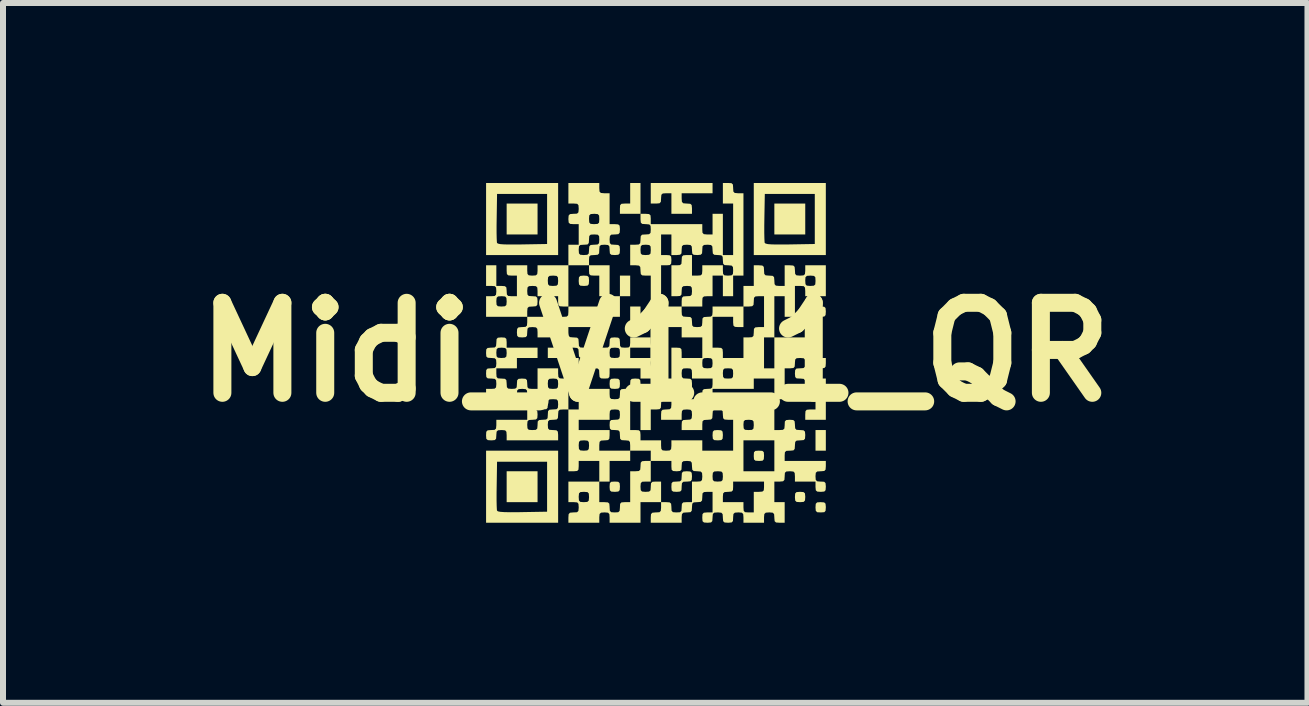
<source format=kicad_pcb>
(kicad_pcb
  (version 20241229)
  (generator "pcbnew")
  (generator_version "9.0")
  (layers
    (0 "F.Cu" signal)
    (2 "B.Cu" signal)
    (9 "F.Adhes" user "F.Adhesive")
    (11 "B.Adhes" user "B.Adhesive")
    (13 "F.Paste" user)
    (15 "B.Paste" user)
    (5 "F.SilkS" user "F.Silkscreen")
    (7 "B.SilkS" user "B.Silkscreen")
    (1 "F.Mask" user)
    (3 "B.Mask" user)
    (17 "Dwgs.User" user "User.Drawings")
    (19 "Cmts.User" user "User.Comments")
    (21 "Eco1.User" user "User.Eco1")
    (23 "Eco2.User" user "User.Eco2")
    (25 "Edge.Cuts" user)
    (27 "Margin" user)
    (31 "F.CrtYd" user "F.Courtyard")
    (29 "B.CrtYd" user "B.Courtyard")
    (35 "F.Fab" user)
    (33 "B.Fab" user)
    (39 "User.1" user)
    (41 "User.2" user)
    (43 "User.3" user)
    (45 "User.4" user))
  (footprint "Midi_V1_1_QR"
    (layer "F.Cu")
    (at 7.871 2.819)
    (property "Reference" "Midi_V1_1_QR" (at 0 0 0) (layer "F.SilkS") (effects (font (size 1.5 1.5) (thickness 0.3))))
    (attr board_only exclude_from_pos_files exclude_from_bom)
    (fp_poly (pts (xy -1.961 -2.219) (xy -1.961 -1.961) (xy -2.219 -1.961) (xy -2.476 -1.961) (xy -2.476 -2.219) (xy -2.476 -2.476) (xy -2.219 -2.476) (xy -1.961 -2.476)) (stroke (width 0) (type solid)) (fill yes) (layer "F.SilkS"))
    (fp_poly (pts (xy -1.961 2.243) (xy -1.961 2.501) (xy -2.219 2.501) (xy -2.476 2.501) (xy -2.476 2.243) (xy -2.476 1.986) (xy -2.219 1.986) (xy -1.961 1.986)) (stroke (width 0) (type solid)) (fill yes) (layer "F.SilkS"))
    (fp_poly (pts (xy -0.245 -0.588) (xy -0.245 -0.417) (xy -0.331 -0.417) (xy -0.417 -0.417) (xy -0.417 -0.588) (xy -0.417 -0.76) (xy -0.331 -0.76) (xy -0.245 -0.76)) (stroke (width 0) (type solid)) (fill yes) (layer "F.SilkS"))
    (fp_poly (pts (xy 2.501 -2.219) (xy 2.501 -1.961) (xy 2.243 -1.961) (xy 1.986 -1.961) (xy 1.986 -2.219) (xy 1.986 -2.476) (xy 2.243 -2.476) (xy 2.501 -2.476)) (stroke (width 0) (type solid)) (fill yes) (layer "F.SilkS"))
    (fp_poly (pts (xy 2.844 1.471) (xy 2.844 1.643) (xy 2.758 1.643) (xy 2.672 1.643) (xy 2.672 1.471) (xy 2.672 1.299) (xy 2.758 1.299) (xy 2.844 1.299)) (stroke (width 0) (type solid)) (fill yes) (layer "F.SilkS"))
    (fp_poly (pts (xy -0.245 -2.562) (xy -0.245 -2.305) (xy -0.417 -2.305) (xy -0.588 -2.305) (xy -0.588 -2.39) (xy -0.585 -2.448) (xy -0.563 -2.472) (xy -0.509 -2.476) (xy -0.503 -2.476) (xy -0.417 -2.476) (xy -0.417 -2.648) (xy -0.417 -2.819) (xy -0.331 -2.819) (xy -0.245 -2.819)) (stroke (width 0) (type solid)) (fill yes) (layer "F.SilkS"))
    (fp_poly (pts (xy -1.646 -0.756) (xy -1.623 -0.735) (xy -1.618 -0.681) (xy -1.618 -0.674) (xy -1.622 -0.617) (xy -1.643 -0.593) (xy -1.697 -0.588) (xy -1.704 -0.588) (xy -1.761 -0.592) (xy -1.785 -0.614) (xy -1.79 -0.668) (xy -1.79 -0.674) (xy -1.786 -0.732) (xy -1.765 -0.755) (xy -1.71 -0.76) (xy -1.704 -0.76)) (stroke (width 0) (type solid)) (fill yes) (layer "F.SilkS"))
    (fp_poly (pts (xy -1.132 -1.271) (xy -1.108 -1.25) (xy -1.103 -1.196) (xy -1.103 -1.189) (xy -1.107 -1.132) (xy -1.128 -1.108) (xy -1.183 -1.103) (xy -1.189 -1.103) (xy -1.247 -1.107) (xy -1.27 -1.128) (xy -1.275 -1.183) (xy -1.275 -1.189) (xy -1.271 -1.247) (xy -1.25 -1.27) (xy -1.196 -1.275) (xy -1.189 -1.275)) (stroke (width 0) (type solid)) (fill yes) (layer "F.SilkS"))
    (fp_poly (pts (xy -0.617 0.445) (xy -0.593 0.467) (xy -0.588 0.521) (xy -0.588 0.527) (xy -0.592 0.585) (xy -0.614 0.608) (xy -0.668 0.613) (xy -0.674 0.613) (xy -0.732 0.609) (xy -0.755 0.588) (xy -0.76 0.534) (xy -0.76 0.527) (xy -0.756 0.47) (xy -0.735 0.446) (xy -0.681 0.441) (xy -0.674 0.441)) (stroke (width 0) (type solid)) (fill yes) (layer "F.SilkS"))
    (fp_poly (pts (xy -0.617 2.161) (xy -0.593 2.183) (xy -0.588 2.237) (xy -0.588 2.243) (xy -0.592 2.301) (xy -0.614 2.324) (xy -0.668 2.329) (xy -0.674 2.329) (xy -0.732 2.325) (xy -0.755 2.304) (xy -0.76 2.25) (xy -0.76 2.243) (xy -0.756 2.186) (xy -0.735 2.162) (xy -0.681 2.158) (xy -0.674 2.158)) (stroke (width 0) (type solid)) (fill yes) (layer "F.SilkS"))
    (fp_poly (pts (xy -0.273 0.445) (xy -0.25 0.467) (xy -0.245 0.521) (xy -0.245 0.527) (xy -0.249 0.585) (xy -0.27 0.608) (xy -0.324 0.613) (xy -0.331 0.613) (xy -0.388 0.609) (xy -0.412 0.588) (xy -0.417 0.534) (xy -0.417 0.527) (xy -0.413 0.47) (xy -0.392 0.446) (xy -0.338 0.441) (xy -0.331 0.441)) (stroke (width 0) (type solid)) (fill yes) (layer "F.SilkS"))
    (fp_poly (pts (xy 1.1 1.303) (xy 1.123 1.325) (xy 1.128 1.379) (xy 1.128 1.385) (xy 1.124 1.443) (xy 1.103 1.466) (xy 1.049 1.471) (xy 1.042 1.471) (xy 0.984 1.467) (xy 0.961 1.446) (xy 0.956 1.392) (xy 0.956 1.385) (xy 0.96 1.328) (xy 0.981 1.304) (xy 1.035 1.299) (xy 1.042 1.299)) (stroke (width 0) (type solid)) (fill yes) (layer "F.SilkS"))
    (fp_poly (pts (xy 1.786 1.646) (xy 1.81 1.668) (xy 1.814 1.722) (xy 1.814 1.728) (xy 1.81 1.786) (xy 1.789 1.81) (xy 1.735 1.814) (xy 1.728 1.814) (xy 1.671 1.81) (xy 1.647 1.789) (xy 1.643 1.735) (xy 1.643 1.728) (xy 1.646 1.671) (xy 1.668 1.647) (xy 1.722 1.643) (xy 1.728 1.643)) (stroke (width 0) (type solid)) (fill yes) (layer "F.SilkS"))
    (fp_poly (pts (xy 2.472 2.333) (xy 2.496 2.354) (xy 2.501 2.408) (xy 2.501 2.415) (xy 2.497 2.472) (xy 2.476 2.496) (xy 2.421 2.501) (xy 2.415 2.501) (xy 2.357 2.497) (xy 2.334 2.476) (xy 2.329 2.421) (xy 2.329 2.415) (xy 2.333 2.357) (xy 2.354 2.334) (xy 2.408 2.329) (xy 2.415 2.329)) (stroke (width 0) (type solid)) (fill yes) (layer "F.SilkS"))
    (fp_poly (pts (xy 2.816 2.505) (xy 2.839 2.526) (xy 2.844 2.58) (xy 2.844 2.587) (xy 2.84 2.644) (xy 2.819 2.668) (xy 2.765 2.672) (xy 2.758 2.672) (xy 2.701 2.669) (xy 2.677 2.647) (xy 2.672 2.593) (xy 2.672 2.587) (xy 2.676 2.529) (xy 2.698 2.505) (xy 2.752 2.501) (xy 2.758 2.501)) (stroke (width 0) (type solid)) (fill yes) (layer "F.SilkS"))
    (fp_poly (pts (xy -1.618 -2.219) (xy -1.618 -1.618) (xy -2.219 -1.618) (xy -2.819 -1.618) (xy -2.819 -2.109) (xy -2.644 -2.109) (xy -2.644 -1.99) (xy -2.642 -1.896) (xy -2.639 -1.836) (xy -2.637 -1.821) (xy -2.622 -1.809) (xy -2.583 -1.8) (xy -2.515 -1.795) (xy -2.411 -1.794) (xy -2.267 -1.794) (xy -2.213 -1.795) (xy -1.802 -1.802) (xy -1.802 -2.219) (xy -1.802 -2.636) (xy -2.219 -2.636) (xy -2.636 -2.636) (xy -2.642 -2.244) (xy -2.644 -2.109) (xy -2.819 -2.109) (xy -2.819 -2.219) (xy -2.819 -2.819) (xy -2.219 -2.819) (xy -1.618 -2.819)) (stroke (width 0) (type solid)) (fill yes) (layer "F.SilkS"))
    (fp_poly (pts (xy -1.618 2.243) (xy -1.618 2.844) (xy -2.219 2.844) (xy -2.819 2.844) (xy -2.819 2.353) (xy -2.644 2.353) (xy -2.644 2.472) (xy -2.642 2.566) (xy -2.639 2.626) (xy -2.637 2.641) (xy -2.622 2.654) (xy -2.583 2.662) (xy -2.515 2.667) (xy -2.411 2.669) (xy -2.267 2.668) (xy -2.213 2.667) (xy -1.802 2.66) (xy -1.802 2.243) (xy -1.802 1.827) (xy -2.219 1.827) (xy -2.636 1.827) (xy -2.642 2.218) (xy -2.644 2.353) (xy -2.819 2.353) (xy -2.819 2.243) (xy -2.819 1.643) (xy -2.219 1.643) (xy -1.618 1.643)) (stroke (width 0) (type solid)) (fill yes) (layer "F.SilkS"))
    (fp_poly (pts (xy 2.844 -2.219) (xy 2.844 -1.618) (xy 2.243 -1.618) (xy 1.643 -1.618) (xy 1.643 -2.109) (xy 1.818 -2.109) (xy 1.818 -1.99) (xy 1.82 -1.896) (xy 1.823 -1.836) (xy 1.825 -1.821) (xy 1.841 -1.809) (xy 1.879 -1.8) (xy 1.947 -1.795) (xy 2.051 -1.794) (xy 2.195 -1.794) (xy 2.249 -1.795) (xy 2.66 -1.802) (xy 2.66 -2.219) (xy 2.66 -2.636) (xy 2.243 -2.636) (xy 1.827 -2.636) (xy 1.82 -2.244) (xy 1.818 -2.109) (xy 1.643 -2.109) (xy 1.643 -2.219) (xy 1.643 -2.819) (xy 2.243 -2.819) (xy 2.844 -2.819)) (stroke (width 0) (type solid)) (fill yes) (layer "F.SilkS"))
    (fp_poly (pts (xy 0.585 1.99) (xy 0.608 2.011) (xy 0.613 2.065) (xy 0.613 2.072) (xy 0.609 2.129) (xy 0.588 2.153) (xy 0.534 2.158) (xy 0.527 2.158) (xy 0.47 2.161) (xy 0.446 2.183) (xy 0.441 2.237) (xy 0.441 2.243) (xy 0.438 2.301) (xy 0.416 2.324) (xy 0.362 2.329) (xy 0.356 2.329) (xy 0.298 2.325) (xy 0.274 2.304) (xy 0.27 2.25) (xy 0.27 2.243) (xy 0.273 2.186) (xy 0.295 2.162) (xy 0.349 2.158) (xy 0.356 2.158) (xy 0.413 2.154) (xy 0.437 2.132) (xy 0.441 2.078) (xy 0.441 2.072) (xy 0.445 2.014) (xy 0.467 1.991) (xy 0.521 1.986) (xy 0.527 1.986)) (stroke (width 0) (type solid)) (fill yes) (layer "F.SilkS"))
    (fp_poly (pts (xy 0.956 -2.734) (xy 0.956 -2.648) (xy 0.699 -2.648) (xy 0.441 -2.648) (xy 0.441 -2.562) (xy 0.445 -2.505) (xy 0.467 -2.481) (xy 0.521 -2.476) (xy 0.527 -2.476) (xy 0.585 -2.472) (xy 0.608 -2.451) (xy 0.613 -2.397) (xy 0.613 -2.39) (xy 0.613 -2.305) (xy 0.441 -2.305) (xy 0.27 -2.305) (xy 0.27 -2.476) (xy 0.27 -2.648) (xy 0.184 -2.648) (xy 0.126 -2.644) (xy 0.103 -2.623) (xy 0.098 -2.569) (xy 0.098 -2.562) (xy 0.094 -2.505) (xy 0.073 -2.481) (xy 0.019 -2.476) (xy 0.012 -2.476) (xy -0.074 -2.476) (xy -0.074 -2.648) (xy -0.074 -2.819) (xy 0.441 -2.819) (xy 0.956 -2.819)) (stroke (width 0) (type solid)) (fill yes) (layer "F.SilkS"))
    (fp_poly (pts (xy 2.816 -0.756) (xy 2.839 -0.735) (xy 2.844 -0.681) (xy 2.844 -0.674) (xy 2.84 -0.617) (xy 2.819 -0.593) (xy 2.765 -0.588) (xy 2.758 -0.588) (xy 2.701 -0.585) (xy 2.677 -0.563) (xy 2.672 -0.509) (xy 2.672 -0.503) (xy 2.669 -0.445) (xy 2.647 -0.422) (xy 2.593 -0.417) (xy 2.587 -0.417) (xy 2.529 -0.421) (xy 2.505 -0.442) (xy 2.501 -0.496) (xy 2.501 -0.503) (xy 2.505 -0.56) (xy 2.526 -0.584) (xy 2.58 -0.588) (xy 2.587 -0.588) (xy 2.644 -0.592) (xy 2.668 -0.614) (xy 2.672 -0.668) (xy 2.672 -0.674) (xy 2.676 -0.732) (xy 2.698 -0.755) (xy 2.752 -0.76) (xy 2.758 -0.76)) (stroke (width 0) (type solid)) (fill yes) (layer "F.SilkS"))
    (fp_poly (pts (xy -0.932 -2.734) (xy -0.928 -2.676) (xy -0.906 -2.653) (xy -0.852 -2.648) (xy -0.846 -2.648) (xy -0.76 -2.648) (xy -0.76 -2.39) (xy -0.76 -2.133) (xy -0.674 -2.133) (xy -0.617 -2.129) (xy -0.593 -2.108) (xy -0.588 -2.054) (xy -0.588 -2.047) (xy -0.592 -1.99) (xy -0.614 -1.966) (xy -0.668 -1.961) (xy -0.674 -1.961) (xy -0.732 -1.958) (xy -0.755 -1.936) (xy -0.76 -1.882) (xy -0.76 -1.876) (xy -0.756 -1.818) (xy -0.735 -1.794) (xy -0.681 -1.79) (xy -0.674 -1.79) (xy -0.617 -1.786) (xy -0.593 -1.765) (xy -0.588 -1.71) (xy -0.588 -1.704) (xy -0.592 -1.646) (xy -0.614 -1.623) (xy -0.668 -1.618) (xy -0.674 -1.618) (xy -0.732 -1.622) (xy -0.755 -1.643) (xy -0.76 -1.697) (xy -0.76 -1.704) (xy -0.764 -1.761) (xy -0.785 -1.785) (xy -0.839 -1.79) (xy -0.846 -1.79) (xy -0.903 -1.786) (xy -0.927 -1.765) (xy -0.932 -1.71) (xy -0.932 -1.704) (xy -0.935 -1.646) (xy -0.957 -1.623) (xy -1.011 -1.618) (xy -1.017 -1.618) (xy -1.075 -1.614) (xy -1.099 -1.593) (xy -1.103 -1.539) (xy -1.103 -1.532) (xy -1.103 -1.447) (xy -1.275 -1.447) (xy -1.447 -1.447) (xy -1.447 -1.103) (xy -1.447 -0.76) (xy -1.532 -0.76) (xy -1.59 -0.764) (xy -1.613 -0.785) (xy -1.618 -0.839) (xy -1.618 -0.846) (xy -1.618 -0.932) (xy -1.79 -0.932) (xy -1.961 -0.932) (xy -1.961 -1.017) (xy -1.965 -1.075) (xy -1.987 -1.099) (xy -2.041 -1.103) (xy -2.047 -1.103) (xy -2.105 -1.099) (xy -2.128 -1.078) (xy -2.133 -1.024) (xy -2.133 -1.017) (xy -2.129 -0.96) (xy -2.108 -0.936) (xy -2.054 -0.932) (xy -2.047 -0.932) (xy -1.99 -0.928) (xy -1.966 -0.906) (xy -1.961 -0.852) (xy -1.961 -0.846) (xy -1.965 -0.788) (xy -1.987 -0.765) (xy -2.041 -0.76) (xy -2.047 -0.76) (xy -2.105 -0.756) (xy -2.128 -0.735) (xy -2.133 -0.681) (xy -2.133 -0.674) (xy -2.133 -0.588) (xy -2.476 -0.588) (xy -2.819 -0.588) (xy -2.819 -0.76) (xy -2.819 -0.846) (xy -2.648 -0.846) (xy -2.644 -0.788) (xy -2.623 -0.765) (xy -2.569 -0.76) (xy -2.562 -0.76) (xy -2.505 -0.764) (xy -2.481 -0.785) (xy -2.476 -0.839) (xy -2.476 -0.846) (xy -2.48 -0.903) (xy -2.501 -0.927) (xy -2.556 -0.932) (xy -2.562 -0.932) (xy -2.62 -0.928) (xy -2.643 -0.906) (xy -2.648 -0.852) (xy -2.648 -0.846) (xy -2.819 -0.846) (xy -2.819 -0.932) (xy -2.734 -0.932) (xy -2.676 -0.935) (xy -2.653 -0.957) (xy -2.648 -1.011) (xy -2.648 -1.017) (xy -2.652 -1.075) (xy -2.673 -1.099) (xy -2.727 -1.103) (xy -2.734 -1.103) (xy -2.819 -1.103) (xy -2.819 -1.275) (xy -2.819 -1.447) (xy -2.734 -1.447) (xy -2.648 -1.447) (xy -2.648 -1.275) (xy -2.648 -1.103) (xy -2.562 -1.103) (xy -2.505 -1.099) (xy -2.481 -1.078) (xy -2.476 -1.024) (xy -2.476 -1.017) (xy -2.472 -0.96) (xy -2.451 -0.936) (xy -2.397 -0.932) (xy -2.39 -0.932) (xy -2.305 -0.932) (xy -2.305 -1.103) (xy -2.305 -1.189) (xy -1.79 -1.189) (xy -1.786 -1.132) (xy -1.765 -1.108) (xy -1.71 -1.103) (xy -1.704 -1.103) (xy -1.646 -1.107) (xy -1.623 -1.128) (xy -1.618 -1.183) (xy -1.618 -1.189) (xy -1.622 -1.247) (xy -1.643 -1.27) (xy -1.697 -1.275) (xy -1.704 -1.275) (xy -1.761 -1.271) (xy -1.785 -1.25) (xy -1.79 -1.196) (xy -1.79 -1.189) (xy -2.305 -1.189) (xy -2.305 -1.275) (xy -2.39 -1.275) (xy -2.448 -1.279) (xy -2.472 -1.3) (xy -2.476 -1.354) (xy -2.476 -1.361) (xy -2.476 -1.447) (xy -2.305 -1.447) (xy -2.133 -1.447) (xy -2.133 -1.361) (xy -2.129 -1.303) (xy -2.108 -1.28) (xy -2.054 -1.275) (xy -2.047 -1.275) (xy -1.99 -1.279) (xy -1.966 -1.3) (xy -1.961 -1.354) (xy -1.961 -1.361) (xy -1.961 -1.447) (xy -1.704 -1.447) (xy -1.447 -1.447) (xy -1.447 -1.618) (xy -1.447 -1.704) (xy -1.275 -1.704) (xy -1.271 -1.646) (xy -1.25 -1.623) (xy -1.196 -1.618) (xy -1.189 -1.618) (xy -1.132 -1.622) (xy -1.108 -1.643) (xy -1.103 -1.697) (xy -1.103 -1.704) (xy -1.099 -1.761) (xy -1.078 -1.785) (xy -1.024 -1.79) (xy -1.017 -1.79) (xy -0.96 -1.794) (xy -0.936 -1.815) (xy -0.932 -1.869) (xy -0.932 -1.876) (xy -0.935 -1.933) (xy -0.957 -1.957) (xy -1.011 -1.961) (xy -1.017 -1.961) (xy -1.075 -1.958) (xy -1.099 -1.936) (xy -1.103 -1.882) (xy -1.103 -1.876) (xy -1.107 -1.818) (xy -1.128 -1.794) (xy -1.183 -1.79) (xy -1.189 -1.79) (xy -1.247 -1.786) (xy -1.27 -1.765) (xy -1.275 -1.71) (xy -1.275 -1.704) (xy -1.447 -1.704) (xy -1.447 -1.79) (xy -1.361 -1.79) (xy -1.275 -1.79) (xy -1.275 -1.961) (xy -1.275 -2.133) (xy -1.361 -2.133) (xy -1.418 -2.137) (xy -1.442 -2.158) (xy -1.447 -2.212) (xy -1.447 -2.219) (xy -1.103 -2.219) (xy -1.099 -2.161) (xy -1.078 -2.138) (xy -1.024 -2.133) (xy -1.017 -2.133) (xy -0.96 -2.137) (xy -0.936 -2.158) (xy -0.932 -2.212) (xy -0.932 -2.219) (xy -0.935 -2.276) (xy -0.957 -2.3) (xy -1.011 -2.305) (xy -1.017 -2.305) (xy -1.075 -2.301) (xy -1.099 -2.279) (xy -1.103 -2.225) (xy -1.103 -2.219) (xy -1.447 -2.219) (xy -1.443 -2.276) (xy -1.421 -2.3) (xy -1.367 -2.305) (xy -1.361 -2.305) (xy -1.303 -2.308) (xy -1.28 -2.33) (xy -1.275 -2.384) (xy -1.275 -2.39) (xy -1.279 -2.448) (xy -1.3 -2.472) (xy -1.354 -2.476) (xy -1.361 -2.476) (xy -1.447 -2.476) (xy -1.447 -2.648) (xy -1.447 -2.819) (xy -1.189 -2.819) (xy -0.932 -2.819)) (stroke (width 0) (type solid)) (fill yes) (layer "F.SilkS"))
    (fp_poly (pts (xy 1.271 -2.816) (xy 1.295 -2.794) (xy 1.299 -2.74) (xy 1.299 -2.734) (xy 1.303 -2.676) (xy 1.325 -2.653) (xy 1.379 -2.648) (xy 1.385 -2.648) (xy 1.471 -2.648) (xy 1.471 -1.961) (xy 1.471 -1.275) (xy 1.385 -1.275) (xy 1.299 -1.275) (xy 1.299 -1.103) (xy 1.299 -0.932) (xy 1.214 -0.932) (xy 1.128 -0.932) (xy 1.128 -1.103) (xy 1.128 -1.275) (xy 1.042 -1.275) (xy 0.956 -1.275) (xy 0.956 -1.103) (xy 0.956 -0.932) (xy 0.87 -0.932) (xy 0.813 -0.928) (xy 0.789 -0.906) (xy 0.785 -0.852) (xy 0.785 -0.846) (xy 0.785 -0.76) (xy 0.613 -0.76) (xy 0.441 -0.76) (xy 0.441 -0.674) (xy 0.445 -0.617) (xy 0.467 -0.593) (xy 0.521 -0.588) (xy 0.527 -0.588) (xy 0.585 -0.585) (xy 0.608 -0.563) (xy 0.613 -0.509) (xy 0.613 -0.503) (xy 0.617 -0.445) (xy 0.638 -0.422) (xy 0.692 -0.417) (xy 0.699 -0.417) (xy 0.756 -0.421) (xy 0.78 -0.442) (xy 0.785 -0.496) (xy 0.785 -0.503) (xy 0.788 -0.56) (xy 0.81 -0.584) (xy 0.864 -0.588) (xy 0.87 -0.588) (xy 0.928 -0.592) (xy 0.951 -0.614) (xy 0.956 -0.668) (xy 0.956 -0.674) (xy 0.956 -0.76) (xy 1.214 -0.76) (xy 1.471 -0.76) (xy 1.471 -0.932) (xy 1.471 -1.103) (xy 1.557 -1.103) (xy 1.643 -1.103) (xy 1.643 -1.275) (xy 1.643 -1.447) (xy 1.728 -1.447) (xy 1.786 -1.443) (xy 1.81 -1.421) (xy 1.814 -1.367) (xy 1.814 -1.361) (xy 1.818 -1.303) (xy 1.839 -1.28) (xy 1.894 -1.275) (xy 1.9 -1.275) (xy 1.958 -1.271) (xy 1.981 -1.25) (xy 1.986 -1.196) (xy 1.986 -1.189) (xy 1.99 -1.132) (xy 2.011 -1.108) (xy 2.065 -1.103) (xy 2.072 -1.103) (xy 2.158 -1.103) (xy 2.158 -1.189) (xy 2.501 -1.189) (xy 2.505 -1.132) (xy 2.526 -1.108) (xy 2.58 -1.103) (xy 2.587 -1.103) (xy 2.644 -1.107) (xy 2.668 -1.128) (xy 2.672 -1.183) (xy 2.672 -1.189) (xy 2.669 -1.247) (xy 2.647 -1.27) (xy 2.593 -1.275) (xy 2.587 -1.275) (xy 2.529 -1.271) (xy 2.505 -1.25) (xy 2.501 -1.196) (xy 2.501 -1.189) (xy 2.158 -1.189) (xy 2.158 -1.275) (xy 2.158 -1.447) (xy 2.243 -1.447) (xy 2.301 -1.443) (xy 2.324 -1.421) (xy 2.329 -1.367) (xy 2.329 -1.361) (xy 2.333 -1.303) (xy 2.354 -1.28) (xy 2.408 -1.275) (xy 2.415 -1.275) (xy 2.472 -1.279) (xy 2.496 -1.3) (xy 2.501 -1.354) (xy 2.501 -1.361) (xy 2.501 -1.447) (xy 2.672 -1.447) (xy 2.844 -1.447) (xy 2.844 -1.189) (xy 2.844 -0.932) (xy 2.672 -0.932) (xy 2.501 -0.932) (xy 2.501 -1.017) (xy 2.497 -1.075) (xy 2.476 -1.099) (xy 2.421 -1.103) (xy 2.415 -1.103) (xy 2.329 -1.103) (xy 2.329 -0.846) (xy 2.329 -0.588) (xy 2.243 -0.588) (xy 2.158 -0.588) (xy 2.158 -0.76) (xy 2.158 -0.932) (xy 2.072 -0.932) (xy 1.986 -0.932) (xy 1.986 -0.588) (xy 1.986 -0.245) (xy 1.9 -0.245) (xy 1.814 -0.245) (xy 1.814 0.012) (xy 1.814 0.27) (xy 1.9 0.27) (xy 1.986 0.27) (xy 1.986 0.012) (xy 1.986 -0.245) (xy 2.243 -0.245) (xy 2.501 -0.245) (xy 2.501 -0.074) (xy 2.501 0.098) (xy 2.672 0.098) (xy 2.844 0.098) (xy 2.844 0.184) (xy 2.84 0.241) (xy 2.819 0.265) (xy 2.765 0.27) (xy 2.758 0.27) (xy 2.701 0.273) (xy 2.677 0.295) (xy 2.672 0.349) (xy 2.672 0.356) (xy 2.676 0.413) (xy 2.698 0.437) (xy 2.752 0.441) (xy 2.758 0.441) (xy 2.844 0.441) (xy 2.844 0.785) (xy 2.844 1.128) (xy 2.672 1.128) (xy 2.501 1.128) (xy 2.501 1.042) (xy 2.505 0.984) (xy 2.526 0.961) (xy 2.58 0.956) (xy 2.587 0.956) (xy 2.672 0.956) (xy 2.672 0.785) (xy 2.672 0.613) (xy 2.587 0.613) (xy 2.529 0.617) (xy 2.505 0.638) (xy 2.501 0.692) (xy 2.501 0.699) (xy 2.501 0.785) (xy 2.243 0.785) (xy 1.986 0.785) (xy 1.986 0.613) (xy 2.158 0.613) (xy 2.329 0.613) (xy 2.501 0.613) (xy 2.501 0.527) (xy 2.497 0.47) (xy 2.476 0.446) (xy 2.421 0.441) (xy 2.415 0.441) (xy 2.357 0.438) (xy 2.334 0.416) (xy 2.329 0.362) (xy 2.329 0.356) (xy 2.333 0.298) (xy 2.354 0.274) (xy 2.408 0.27) (xy 2.415 0.27) (xy 2.472 0.266) (xy 2.496 0.244) (xy 2.501 0.19) (xy 2.501 0.184) (xy 2.497 0.126) (xy 2.476 0.103) (xy 2.421 0.098) (xy 2.415 0.098) (xy 2.357 0.102) (xy 2.334 0.123) (xy 2.329 0.177) (xy 2.329 0.184) (xy 2.325 0.241) (xy 2.304 0.265) (xy 2.25 0.27) (xy 2.243 0.27) (xy 2.158 0.27) (xy 2.158 0.441) (xy 2.158 0.613) (xy 1.986 0.613) (xy 1.986 0.441) (xy 1.814 0.441) (xy 1.643 0.441) (xy 1.643 0.527) (xy 1.643 0.613) (xy 1.299 0.613) (xy 0.956 0.613) (xy 0.956 0.699) (xy 0.956 0.785) (xy 1.128 0.785) (xy 1.299 0.785) (xy 1.299 0.87) (xy 1.303 0.928) (xy 1.325 0.951) (xy 1.379 0.956) (xy 1.385 0.956) (xy 1.443 0.952) (xy 1.466 0.931) (xy 1.471 0.877) (xy 1.471 0.87) (xy 1.471 0.785) (xy 1.643 0.785) (xy 1.814 0.785) (xy 1.814 0.87) (xy 1.818 0.928) (xy 1.839 0.951) (xy 1.894 0.956) (xy 1.9 0.956) (xy 1.986 0.956) (xy 1.986 1.128) (xy 1.986 1.299) (xy 2.072 1.299) (xy 2.129 1.296) (xy 2.153 1.274) (xy 2.158 1.22) (xy 2.158 1.214) (xy 2.161 1.156) (xy 2.183 1.133) (xy 2.237 1.128) (xy 2.243 1.128) (xy 2.301 1.132) (xy 2.324 1.153) (xy 2.329 1.207) (xy 2.329 1.214) (xy 2.333 1.271) (xy 2.354 1.295) (xy 2.408 1.299) (xy 2.415 1.299) (xy 2.472 1.303) (xy 2.496 1.325) (xy 2.501 1.379) (xy 2.501 1.385) (xy 2.497 1.443) (xy 2.476 1.466) (xy 2.421 1.471) (xy 2.415 1.471) (xy 2.357 1.475) (xy 2.334 1.496) (xy 2.329 1.55) (xy 2.329 1.557) (xy 2.325 1.614) (xy 2.304 1.638) (xy 2.25 1.643) (xy 2.243 1.643) (xy 2.186 1.646) (xy 2.162 1.668) (xy 2.158 1.722) (xy 2.158 1.728) (xy 2.158 1.814) (xy 2.501 1.814) (xy 2.844 1.814) (xy 2.844 1.9) (xy 2.84 1.958) (xy 2.819 1.981) (xy 2.765 1.986) (xy 2.758 1.986) (xy 2.701 1.99) (xy 2.677 2.011) (xy 2.672 2.065) (xy 2.672 2.072) (xy 2.676 2.129) (xy 2.698 2.153) (xy 2.752 2.158) (xy 2.758 2.158) (xy 2.816 2.161) (xy 2.839 2.183) (xy 2.844 2.237) (xy 2.844 2.243) (xy 2.84 2.301) (xy 2.819 2.324) (xy 2.765 2.329) (xy 2.758 2.329) (xy 2.701 2.325) (xy 2.677 2.304) (xy 2.672 2.25) (xy 2.672 2.243) (xy 2.672 2.158) (xy 2.501 2.158) (xy 2.329 2.158) (xy 2.329 2.072) (xy 2.325 2.014) (xy 2.304 1.991) (xy 2.25 1.986) (xy 2.243 1.986) (xy 2.186 1.99) (xy 2.162 2.011) (xy 2.158 2.065) (xy 2.158 2.072) (xy 2.154 2.129) (xy 2.132 2.153) (xy 2.078 2.158) (xy 2.072 2.158) (xy 1.986 2.158) (xy 1.986 2.329) (xy 1.986 2.501) (xy 2.072 2.501) (xy 2.158 2.501) (xy 2.158 2.672) (xy 2.158 2.844) (xy 2.072 2.844) (xy 2.014 2.84) (xy 1.991 2.819) (xy 1.986 2.765) (xy 1.986 2.758) (xy 1.982 2.701) (xy 1.961 2.677) (xy 1.907 2.672) (xy 1.9 2.672) (xy 1.843 2.676) (xy 1.819 2.698) (xy 1.814 2.752) (xy 1.814 2.758) (xy 1.814 2.844) (xy 1.643 2.844) (xy 1.471 2.844) (xy 1.471 2.758) (xy 1.467 2.701) (xy 1.446 2.677) (xy 1.392 2.672) (xy 1.385 2.672) (xy 1.328 2.676) (xy 1.304 2.698) (xy 1.299 2.752) (xy 1.299 2.758) (xy 1.296 2.816) (xy 1.274 2.839) (xy 1.22 2.844) (xy 1.214 2.844) (xy 1.156 2.84) (xy 1.133 2.819) (xy 1.128 2.765) (xy 1.128 2.758) (xy 1.124 2.701) (xy 1.103 2.677) (xy 1.049 2.672) (xy 1.042 2.672) (xy 0.984 2.676) (xy 0.961 2.698) (xy 0.956 2.752) (xy 0.956 2.758) (xy 0.952 2.816) (xy 0.931 2.839) (xy 0.877 2.844) (xy 0.87 2.844) (xy 0.813 2.84) (xy 0.789 2.819) (xy 0.785 2.765) (xy 0.785 2.758) (xy 0.788 2.701) (xy 0.81 2.677) (xy 0.864 2.672) (xy 0.87 2.672) (xy 0.956 2.672) (xy 0.956 2.501) (xy 1.128 2.501) (xy 1.299 2.501) (xy 1.471 2.501) (xy 1.471 2.587) (xy 1.475 2.644) (xy 1.496 2.668) (xy 1.55 2.672) (xy 1.557 2.672) (xy 1.643 2.672) (xy 1.643 2.501) (xy 1.643 2.329) (xy 1.728 2.329) (xy 1.786 2.325) (xy 1.81 2.304) (xy 1.814 2.25) (xy 1.814 2.243) (xy 1.814 2.158) (xy 1.557 2.158) (xy 1.299 2.158) (xy 1.299 2.243) (xy 1.296 2.301) (xy 1.274 2.324) (xy 1.22 2.329) (xy 1.214 2.329) (xy 1.156 2.333) (xy 1.133 2.354) (xy 1.128 2.408) (xy 1.128 2.415) (xy 1.128 2.501) (xy 0.956 2.501) (xy 0.956 2.329) (xy 0.87 2.329) (xy 0.813 2.333) (xy 0.789 2.354) (xy 0.785 2.408) (xy 0.785 2.415) (xy 0.781 2.472) (xy 0.759 2.496) (xy 0.705 2.501) (xy 0.699 2.501) (xy 0.641 2.505) (xy 0.618 2.526) (xy 0.613 2.58) (xy 0.613 2.587) (xy 0.609 2.644) (xy 0.588 2.668) (xy 0.534 2.672) (xy 0.527 2.672) (xy 0.47 2.676) (xy 0.446 2.698) (xy 0.441 2.752) (xy 0.441 2.758) (xy 0.441 2.844) (xy 0.184 2.844) (xy -0.074 2.844) (xy -0.074 2.758) (xy -0.07 2.701) (xy -0.048 2.677) (xy 0.006 2.672) (xy 0.012 2.672) (xy 0.07 2.669) (xy 0.093 2.647) (xy 0.098 2.593) (xy 0.098 2.587) (xy 0.098 2.501) (xy 0.184 2.501) (xy 0.241 2.505) (xy 0.265 2.526) (xy 0.27 2.58) (xy 0.27 2.587) (xy 0.273 2.644) (xy 0.295 2.668) (xy 0.349 2.672) (xy 0.356 2.672) (xy 0.413 2.669) (xy 0.437 2.647) (xy 0.441 2.593) (xy 0.441 2.587) (xy 0.445 2.529) (xy 0.467 2.505) (xy 0.521 2.501) (xy 0.527 2.501) (xy 0.613 2.501) (xy 0.613 2.329) (xy 0.613 2.158) (xy 0.699 2.158) (xy 0.756 2.154) (xy 0.78 2.132) (xy 0.785 2.078) (xy 0.785 2.072) (xy 0.956 2.072) (xy 0.96 2.129) (xy 0.981 2.153) (xy 1.035 2.158) (xy 1.042 2.158) (xy 1.1 2.154) (xy 1.123 2.132) (xy 1.128 2.078) (xy 1.128 2.072) (xy 1.124 2.014) (xy 1.103 1.991) (xy 1.049 1.986) (xy 1.042 1.986) (xy 0.984 1.99) (xy 0.961 2.011) (xy 0.956 2.065) (xy 0.956 2.072) (xy 0.785 2.072) (xy 0.781 2.014) (xy 0.759 1.991) (xy 0.705 1.986) (xy 0.699 1.986) (xy 0.641 1.982) (xy 0.618 1.961) (xy 0.613 1.907) (xy 0.613 1.9) (xy 0.609 1.843) (xy 0.588 1.819) (xy 0.534 1.814) (xy 0.527 1.814) (xy 0.47 1.818) (xy 0.446 1.839) (xy 0.441 1.894) (xy 0.441 1.9) (xy 0.438 1.958) (xy 0.416 1.981) (xy 0.362 1.986) (xy 0.356 1.986) (xy 0.298 1.982) (xy 0.274 1.961) (xy 0.27 1.907) (xy 0.27 1.9) (xy 0.27 1.814) (xy 0.098 1.814) (xy -0.074 1.814) (xy -0.074 1.986) (xy -0.074 2.158) (xy -0.159 2.158) (xy -0.217 2.161) (xy -0.24 2.183) (xy -0.245 2.237) (xy -0.245 2.243) (xy -0.241 2.301) (xy -0.22 2.324) (xy -0.166 2.329) (xy -0.159 2.329) (xy -0.102 2.325) (xy -0.078 2.304) (xy -0.074 2.25) (xy -0.074 2.243) (xy -0.07 2.186) (xy -0.048 2.162) (xy 0.006 2.158) (xy 0.012 2.158) (xy 0.098 2.158) (xy 0.098 2.329) (xy 0.098 2.501) (xy -0.074 2.501) (xy -0.245 2.501) (xy -0.245 2.672) (xy -0.245 2.844) (xy -0.503 2.844) (xy -0.76 2.844) (xy -0.76 2.758) (xy -0.764 2.701) (xy -0.785 2.677) (xy -0.839 2.672) (xy -0.846 2.672) (xy -0.903 2.676) (xy -0.927 2.698) (xy -0.932 2.752) (xy -0.932 2.758) (xy -0.932 2.844) (xy -1.189 2.844) (xy -1.447 2.844) (xy -1.447 2.758) (xy -1.443 2.701) (xy -1.421 2.677) (xy -1.367 2.672) (xy -1.361 2.672) (xy -1.303 2.669) (xy -1.28 2.647) (xy -1.275 2.593) (xy -1.275 2.587) (xy -1.279 2.529) (xy -1.3 2.505) (xy -1.354 2.501) (xy -1.361 2.501) (xy -1.447 2.501) (xy -1.447 2.415) (xy -1.275 2.415) (xy -1.271 2.472) (xy -1.25 2.496) (xy -1.196 2.501) (xy -1.189 2.501) (xy -0.932 2.501) (xy -0.846 2.501) (xy -0.788 2.505) (xy -0.765 2.526) (xy -0.76 2.58) (xy -0.76 2.587) (xy -0.756 2.644) (xy -0.735 2.668) (xy -0.681 2.672) (xy -0.674 2.672) (xy -0.617 2.669) (xy -0.593 2.647) (xy -0.588 2.593) (xy -0.588 2.587) (xy -0.585 2.529) (xy -0.563 2.505) (xy -0.509 2.501) (xy -0.503 2.501) (xy -0.417 2.501) (xy -0.417 2.243) (xy -0.417 1.986) (xy -0.331 1.986) (xy -0.273 1.982) (xy -0.25 1.961) (xy -0.245 1.907) (xy -0.245 1.9) (xy -0.241 1.843) (xy -0.22 1.819) (xy -0.166 1.814) (xy -0.159 1.814) (xy -0.074 1.814) (xy -0.074 1.728) (xy -0.074 1.643) (xy -0.245 1.643) (xy -0.417 1.643) (xy -0.417 1.728) (xy -0.417 1.814) (xy -0.588 1.814) (xy -0.76 1.814) (xy -0.76 1.986) (xy -0.76 2.158) (xy -0.846 2.158) (xy -0.932 2.158) (xy -0.932 2.329) (xy -0.932 2.501) (xy -1.189 2.501) (xy -1.132 2.497) (xy -1.108 2.476) (xy -1.103 2.421) (xy -1.103 2.415) (xy -1.107 2.357) (xy -1.128 2.334) (xy -1.183 2.329) (xy -1.189 2.329) (xy -1.247 2.333) (xy -1.27 2.354) (xy -1.275 2.408) (xy -1.275 2.415) (xy -1.447 2.415) (xy -1.447 2.329) (xy -1.447 2.158) (xy -1.189 2.158) (xy -0.932 2.158) (xy -0.932 1.986) (xy -0.932 1.814) (xy -1.103 1.814) (xy -1.275 1.814) (xy -1.275 1.9) (xy -1.279 1.958) (xy -1.3 1.981) (xy -1.354 1.986) (xy -1.361 1.986) (xy -1.447 1.986) (xy -1.447 1.557) (xy -1.275 1.557) (xy -1.271 1.614) (xy -1.25 1.638) (xy -1.196 1.643) (xy -1.189 1.643) (xy -1.132 1.639) (xy -1.108 1.617) (xy -1.103 1.563) (xy -1.103 1.557) (xy -1.107 1.499) (xy -1.128 1.476) (xy -1.183 1.471) (xy -1.189 1.471) (xy -1.247 1.475) (xy -1.27 1.496) (xy -1.275 1.55) (xy -1.275 1.557) (xy -1.447 1.557) (xy -1.447 1.471) (xy -1.447 1.299) (xy -1.275 1.299) (xy -1.017 1.299) (xy -0.76 1.299) (xy -0.76 1.385) (xy -0.764 1.443) (xy -0.785 1.466) (xy -0.839 1.471) (xy -0.846 1.471) (xy -0.903 1.475) (xy -0.927 1.496) (xy -0.932 1.55) (xy -0.932 1.557) (xy -0.932 1.643) (xy -0.674 1.643) (xy -0.417 1.643) (xy -0.417 1.557) (xy -0.421 1.499) (xy -0.442 1.476) (xy -0.496 1.471) (xy -0.503 1.471) (xy -0.56 1.467) (xy -0.584 1.446) (xy -0.588 1.392) (xy -0.588 1.385) (xy -0.592 1.328) (xy -0.614 1.304) (xy -0.668 1.299) (xy -0.674 1.299) (xy -0.732 1.296) (xy -0.755 1.274) (xy -0.76 1.22) (xy -0.76 1.214) (xy -0.756 1.156) (xy -0.735 1.133) (xy -0.681 1.128) (xy -0.674 1.128) (xy -0.617 1.124) (xy -0.593 1.103) (xy -0.588 1.049) (xy -0.588 1.042) (xy -0.592 0.984) (xy -0.614 0.961) (xy -0.668 0.956) (xy -0.674 0.956) (xy -0.732 0.96) (xy -0.755 0.981) (xy -0.76 1.035) (xy -0.76 1.042) (xy -0.76 1.128) (xy -1.017 1.128) (xy -1.275 1.128) (xy -1.275 1.214) (xy -1.275 1.299) (xy -1.447 1.299) (xy -1.447 0.956) (xy -1.361 0.956) (xy -1.275 0.956) (xy -1.275 0.785) (xy -1.275 0.613) (xy -1.017 0.613) (xy -0.76 0.613) (xy -0.76 0.699) (xy -0.756 0.756) (xy -0.735 0.78) (xy -0.681 0.785) (xy -0.674 0.785) (xy -0.617 0.781) (xy -0.593 0.759) (xy -0.588 0.705) (xy -0.588 0.699) (xy -0.585 0.641) (xy -0.563 0.618) (xy -0.509 0.613) (xy -0.503 0.613) (xy -0.417 0.613) (xy -0.417 0.956) (xy -0.417 1.299) (xy -0.331 1.299) (xy -0.273 1.303) (xy -0.25 1.325) (xy -0.245 1.379) (xy -0.245 1.385) (xy -0.245 1.471) (xy -0.074 1.471) (xy 0.098 1.471) (xy 0.098 1.557) (xy 0.102 1.614) (xy 0.123 1.638) (xy 0.177 1.643) (xy 0.184 1.643) (xy 0.241 1.639) (xy 0.265 1.617) (xy 0.27 1.563) (xy 0.27 1.557) (xy 0.27 1.471) (xy 0.527 1.471) (xy 0.785 1.471) (xy 0.785 1.557) (xy 0.785 1.643) (xy 1.042 1.643) (xy 1.299 1.643) (xy 1.299 1.471) (xy 1.471 1.471) (xy 1.471 1.728) (xy 1.471 1.986) (xy 1.728 1.986) (xy 1.986 1.986) (xy 1.986 1.728) (xy 1.986 1.471) (xy 1.728 1.471) (xy 1.471 1.471) (xy 1.299 1.471) (xy 1.299 1.385) (xy 1.299 1.214) (xy 1.471 1.214) (xy 1.475 1.271) (xy 1.496 1.295) (xy 1.55 1.299) (xy 1.557 1.299) (xy 1.614 1.296) (xy 1.638 1.274) (xy 1.643 1.22) (xy 1.643 1.214) (xy 1.639 1.156) (xy 1.617 1.133) (xy 1.563 1.128) (xy 1.557 1.128) (xy 1.499 1.132) (xy 1.476 1.153) (xy 1.471 1.207) (xy 1.471 1.214) (xy 1.299 1.214) (xy 1.299 1.128) (xy 1.214 1.128) (xy 1.156 1.124) (xy 1.133 1.103) (xy 1.128 1.049) (xy 1.128 1.042) (xy 1.124 0.984) (xy 1.103 0.961) (xy 1.049 0.956) (xy 1.042 0.956) (xy 0.984 0.96) (xy 0.961 0.981) (xy 0.956 1.035) (xy 0.956 1.042) (xy 0.952 1.1) (xy 0.931 1.123) (xy 0.877 1.128) (xy 0.87 1.128) (xy 0.813 1.132) (xy 0.789 1.153) (xy 0.785 1.207) (xy 0.785 1.214) (xy 0.785 1.299) (xy 0.613 1.299) (xy 0.441 1.299) (xy 0.441 1.214) (xy 0.445 1.156) (xy 0.467 1.133) (xy 0.521 1.128) (xy 0.527 1.128) (xy 0.585 1.124) (xy 0.608 1.103) (xy 0.613 1.049) (xy 0.613 1.042) (xy 0.609 0.984) (xy 0.588 0.961) (xy 0.534 0.956) (xy 0.527 0.956) (xy 0.47 0.96) (xy 0.446 0.981) (xy 0.441 1.035) (xy 0.441 1.042) (xy 0.441 1.128) (xy 0.27 1.128) (xy 0.098 1.128) (xy 0.098 1.042) (xy 0.102 0.984) (xy 0.123 0.961) (xy 0.177 0.956) (xy 0.184 0.956) (xy 0.241 0.952) (xy 0.265 0.931) (xy 0.27 0.877) (xy 0.27 0.87) (xy 0.27 0.785) (xy 0.527 0.785) (xy 0.785 0.785) (xy 0.785 0.699) (xy 0.788 0.641) (xy 0.81 0.618) (xy 0.864 0.613) (xy 0.87 0.613) (xy 0.928 0.609) (xy 0.951 0.588) (xy 0.956 0.534) (xy 0.956 0.527) (xy 0.956 0.441) (xy 0.785 0.441) (xy 0.613 0.441) (xy 0.613 0.356) (xy 1.128 0.356) (xy 1.132 0.413) (xy 1.153 0.437) (xy 1.207 0.441) (xy 1.214 0.441) (xy 1.271 0.438) (xy 1.295 0.416) (xy 1.299 0.362) (xy 1.299 0.356) (xy 1.296 0.298) (xy 1.274 0.274) (xy 1.22 0.27) (xy 1.214 0.27) (xy 1.156 0.273) (xy 1.133 0.295) (xy 1.128 0.349) (xy 1.128 0.356) (xy 0.613 0.356) (xy 0.609 0.298) (xy 0.588 0.274) (xy 0.534 0.27) (xy 0.527 0.27) (xy 0.47 0.273) (xy 0.446 0.295) (xy 0.441 0.349) (xy 0.441 0.356) (xy 0.445 0.413) (xy 0.467 0.437) (xy 0.521 0.441) (xy 0.527 0.441) (xy 0.585 0.445) (xy 0.608 0.467) (xy 0.613 0.521) (xy 0.613 0.527) (xy 0.613 0.613) (xy 0.441 0.613) (xy 0.27 0.613) (xy 0.27 0.699) (xy 0.266 0.756) (xy 0.244 0.78) (xy 0.19 0.785) (xy 0.184 0.785) (xy 0.126 0.788) (xy 0.103 0.81) (xy 0.098 0.864) (xy 0.098 0.87) (xy 0.094 0.928) (xy 0.073 0.951) (xy 0.019 0.956) (xy 0.012 0.956) (xy -0.074 0.956) (xy -0.074 1.128) (xy -0.074 1.299) (xy -0.159 1.299) (xy -0.245 1.299) (xy -0.245 1.042) (xy -0.245 0.785) (xy -0.159 0.785) (xy -0.102 0.781) (xy -0.078 0.759) (xy -0.074 0.705) (xy -0.074 0.699) (xy -0.07 0.641) (xy -0.048 0.618) (xy 0.006 0.613) (xy 0.012 0.613) (xy 0.07 0.609) (xy 0.093 0.588) (xy 0.098 0.534) (xy 0.098 0.527) (xy 0.098 0.441) (xy -0.074 0.441) (xy -0.245 0.441) (xy -0.245 0.356) (xy -0.245 0.27) (xy -0.503 0.27) (xy -0.76 0.27) (xy -0.76 0.356) (xy -0.764 0.413) (xy -0.785 0.437) (xy -0.839 0.441) (xy -0.846 0.441) (xy -0.903 0.438) (xy -0.927 0.416) (xy -0.932 0.362) (xy -0.932 0.356) (xy -0.935 0.298) (xy -0.957 0.274) (xy -1.011 0.27) (xy -1.017 0.27) (xy -1.075 0.266) (xy -1.099 0.244) (xy -1.103 0.19) (xy -1.103 0.184) (xy -1.107 0.126) (xy -1.128 0.103) (xy -1.183 0.098) (xy -1.189 0.098) (xy -1.247 0.094) (xy -1.27 0.073) (xy -1.275 0.019) (xy -1.275 0.012) (xy -0.76 0.012) (xy -0.756 0.07) (xy -0.735 0.093) (xy -0.681 0.098) (xy -0.674 0.098) (xy -0.617 0.094) (xy -0.593 0.073) (xy -0.588 0.019) (xy -0.588 0.012) (xy -0.592 -0.045) (xy -0.614 -0.069) (xy -0.668 -0.074) (xy -0.674 -0.074) (xy -0.732 -0.07) (xy -0.755 -0.048) (xy -0.76 0.006) (xy -0.76 0.012) (xy -1.275 0.012) (xy -1.279 -0.045) (xy -1.3 -0.069) (xy -1.354 -0.074) (xy -1.361 -0.074) (xy -1.418 -0.07) (xy -1.442 -0.048) (xy -1.447 0.006) (xy -1.447 0.012) (xy -1.443 0.07) (xy -1.421 0.093) (xy -1.367 0.098) (xy -1.361 0.098) (xy -1.275 0.098) (xy -1.275 0.27) (xy -1.275 0.441) (xy -1.361 0.441) (xy -1.447 0.441) (xy -1.447 0.699) (xy -1.447 0.956) (xy -1.532 0.956) (xy -1.59 0.96) (xy -1.613 0.981) (xy -1.618 1.035) (xy -1.618 1.042) (xy -1.622 1.1) (xy -1.643 1.123) (xy -1.697 1.128) (xy -1.704 1.128) (xy -1.761 1.132) (xy -1.785 1.153) (xy -1.79 1.207) (xy -1.79 1.214) (xy -1.786 1.271) (xy -1.765 1.295) (xy -1.71 1.299) (xy -1.704 1.299) (xy -1.646 1.303) (xy -1.623 1.325) (xy -1.618 1.379) (xy -1.618 1.385) (xy -1.618 1.471) (xy -2.047 1.471) (xy -2.476 1.471) (xy -2.476 1.385) (xy -2.48 1.328) (xy -2.501 1.304) (xy -2.556 1.299) (xy -2.562 1.299) (xy -2.62 1.303) (xy -2.643 1.325) (xy -2.648 1.379) (xy -2.648 1.385) (xy -2.652 1.443) (xy -2.673 1.466) (xy -2.727 1.471) (xy -2.734 1.471) (xy -2.791 1.467) (xy -2.815 1.446) (xy -2.819 1.392) (xy -2.819 1.385) (xy -2.816 1.328) (xy -2.794 1.304) (xy -2.74 1.299) (xy -2.734 1.299) (xy -2.676 1.296) (xy -2.653 1.274) (xy -2.648 1.22) (xy -2.648 1.214) (xy -2.648 1.128) (xy -2.39 1.128) (xy -2.133 1.128) (xy -2.133 1.042) (xy -2.133 0.956) (xy -2.476 0.956) (xy -2.819 0.956) (xy -2.819 0.785) (xy -2.819 0.699) (xy -2.305 0.699) (xy -2.301 0.756) (xy -2.279 0.78) (xy -2.225 0.785) (xy -2.219 0.785) (xy -2.161 0.788) (xy -2.138 0.81) (xy -2.133 0.864) (xy -2.133 0.87) (xy -2.129 0.928) (xy -2.108 0.951) (xy -2.054 0.956) (xy -2.047 0.956) (xy -1.99 0.96) (xy -1.966 0.981) (xy -1.961 1.035) (xy -1.961 1.042) (xy -1.965 1.1) (xy -1.987 1.123) (xy -2.041 1.128) (xy -2.047 1.128) (xy -2.105 1.132) (xy -2.128 1.153) (xy -2.133 1.207) (xy -2.133 1.214) (xy -2.129 1.271) (xy -2.108 1.295) (xy -2.054 1.299) (xy -2.047 1.299) (xy -1.99 1.296) (xy -1.966 1.274) (xy -1.961 1.22) (xy -1.961 1.214) (xy -1.958 1.156) (xy -1.936 1.133) (xy -1.882 1.128) (xy -1.876 1.128) (xy -1.818 1.124) (xy -1.794 1.103) (xy -1.79 1.049) (xy -1.79 1.042) (xy -1.786 0.984) (xy -1.765 0.961) (xy -1.71 0.956) (xy -1.704 0.956) (xy -1.646 0.952) (xy -1.623 0.931) (xy -1.618 0.877) (xy -1.618 0.87) (xy -1.622 0.813) (xy -1.643 0.789) (xy -1.697 0.785) (xy -1.704 0.785) (xy -1.761 0.788) (xy -1.785 0.81) (xy -1.79 0.864) (xy -1.79 0.87) (xy -1.794 0.928) (xy -1.815 0.951) (xy -1.869 0.956) (xy -1.876 0.956) (xy -1.933 0.952) (xy -1.957 0.931) (xy -1.961 0.877) (xy -1.961 0.87) (xy -1.965 0.813) (xy -1.987 0.789) (xy -2.041 0.785) (xy -2.047 0.785) (xy -2.105 0.781) (xy -2.128 0.759) (xy -2.133 0.705) (xy -2.133 0.699) (xy -2.137 0.641) (xy -2.158 0.618) (xy -2.212 0.613) (xy -2.219 0.613) (xy -2.276 0.617) (xy -2.3 0.638) (xy -2.305 0.692) (xy -2.305 0.699) (xy -2.819 0.699) (xy -2.819 0.613) (xy -2.734 0.613) (xy -2.676 0.609) (xy -2.653 0.588) (xy -2.648 0.534) (xy -2.648 0.527) (xy -2.652 0.47) (xy -2.673 0.446) (xy -2.727 0.441) (xy -2.734 0.441) (xy -2.791 0.438) (xy -2.815 0.416) (xy -2.819 0.362) (xy -2.819 0.356) (xy -2.816 0.298) (xy -2.794 0.274) (xy -2.74 0.27) (xy -2.734 0.27) (xy -2.676 0.266) (xy -2.653 0.244) (xy -2.648 0.19) (xy -2.648 0.184) (xy -2.652 0.126) (xy -2.673 0.103) (xy -2.727 0.098) (xy -2.734 0.098) (xy -2.791 0.094) (xy -2.815 0.073) (xy -2.819 0.019) (xy -2.819 0.012) (xy -2.648 0.012) (xy -2.644 0.07) (xy -2.623 0.093) (xy -2.569 0.098) (xy -2.562 0.098) (xy -2.505 0.094) (xy -2.481 0.073) (xy -2.476 0.019) (xy -2.476 0.012) (xy -2.48 -0.045) (xy -2.501 -0.069) (xy -2.556 -0.074) (xy -2.562 -0.074) (xy -2.62 -0.07) (xy -2.643 -0.048) (xy -2.648 0.006) (xy -2.648 0.012) (xy -2.819 0.012) (xy -2.816 -0.045) (xy -2.794 -0.069) (xy -2.74 -0.074) (xy -2.734 -0.074) (xy -2.676 -0.077) (xy -2.653 -0.099) (xy -2.648 -0.153) (xy -2.648 -0.159) (xy -2.644 -0.217) (xy -2.623 -0.24) (xy -2.569 -0.245) (xy -2.562 -0.245) (xy -2.505 -0.241) (xy -2.481 -0.22) (xy -2.476 -0.166) (xy -2.476 -0.159) (xy -2.476 -0.074) (xy -2.219 -0.074) (xy -1.961 -0.074) (xy -1.961 0.012) (xy -1.961 0.098) (xy -2.133 0.098) (xy -2.305 0.098) (xy -2.305 0.184) (xy -2.305 0.27) (xy -2.476 0.27) (xy -2.648 0.27) (xy -2.648 0.356) (xy -2.644 0.413) (xy -2.623 0.437) (xy -2.569 0.441) (xy -2.562 0.441) (xy -2.505 0.445) (xy -2.481 0.467) (xy -2.476 0.521) (xy -2.476 0.527) (xy -2.472 0.585) (xy -2.451 0.608) (xy -2.397 0.613) (xy -2.39 0.613) (xy -2.333 0.609) (xy -2.309 0.588) (xy -2.305 0.534) (xy -2.305 0.527) (xy -2.301 0.47) (xy -2.279 0.446) (xy -2.225 0.441) (xy -2.219 0.441) (xy -2.161 0.445) (xy -2.138 0.467) (xy -2.133 0.521) (xy -2.133 0.527) (xy -2.129 0.585) (xy -2.108 0.608) (xy -2.054 0.613) (xy -2.047 0.613) (xy -1.961 0.613) (xy -1.961 0.527) (xy -1.79 0.527) (xy -1.786 0.585) (xy -1.765 0.608) (xy -1.71 0.613) (xy -1.704 0.613) (xy -1.646 0.609) (xy -1.623 0.588) (xy -1.618 0.534) (xy -1.618 0.527) (xy -1.622 0.47) (xy -1.643 0.446) (xy -1.697 0.441) (xy -1.704 0.441) (xy -1.761 0.445) (xy -1.785 0.467) (xy -1.79 0.521) (xy -1.79 0.527) (xy -1.961 0.527) (xy -1.961 0.441) (xy -1.961 0.27) (xy -1.79 0.27) (xy -1.618 0.27) (xy -1.618 0.356) (xy -1.614 0.413) (xy -1.593 0.437) (xy -1.539 0.441) (xy -1.532 0.441) (xy -1.447 0.441) (xy -1.447 0.27) (xy -1.447 0.098) (xy -1.618 0.098) (xy -1.79 0.098) (xy -1.79 0.012) (xy -1.79 -0.074) (xy -1.618 -0.074) (xy -1.447 -0.074) (xy -1.447 -0.159) (xy -1.447 -0.245) (xy -1.704 -0.245) (xy -1.961 -0.245) (xy -1.961 -0.331) (xy -1.965 -0.388) (xy -1.987 -0.412) (xy -2.041 -0.417) (xy -2.047 -0.417) (xy -2.105 -0.413) (xy -2.128 -0.392) (xy -2.133 -0.338) (xy -2.133 -0.331) (xy -2.137 -0.273) (xy -2.158 -0.25) (xy -2.212 -0.245) (xy -2.219 -0.245) (xy -2.276 -0.249) (xy -2.3 -0.27) (xy -2.305 -0.324) (xy -2.305 -0.331) (xy -2.301 -0.388) (xy -2.279 -0.412) (xy -2.225 -0.417) (xy -2.219 -0.417) (xy -2.161 -0.421) (xy -2.138 -0.442) (xy -2.133 -0.496) (xy -2.133 -0.503) (xy -2.133 -0.588) (xy -1.961 -0.588) (xy -1.79 -0.588) (xy -1.79 -0.503) (xy -1.786 -0.445) (xy -1.765 -0.422) (xy -1.71 -0.417) (xy -1.704 -0.417) (xy -1.646 -0.421) (xy -1.623 -0.442) (xy -1.618 -0.496) (xy -1.618 -0.503) (xy -1.614 -0.56) (xy -1.593 -0.584) (xy -1.539 -0.588) (xy -1.532 -0.588) (xy -1.475 -0.592) (xy -1.451 -0.614) (xy -1.447 -0.668) (xy -1.447 -0.674) (xy -1.447 -0.76) (xy -1.103 -0.76) (xy -0.76 -0.76) (xy -0.76 -0.846) (xy -0.764 -0.903) (xy -0.785 -0.927) (xy -0.839 -0.932) (xy -0.846 -0.932) (xy -0.932 -0.932) (xy -0.932 -1.103) (xy -0.932 -1.275) (xy -1.017 -1.275) (xy -1.075 -1.279) (xy -1.099 -1.3) (xy -1.103 -1.354) (xy -1.103 -1.361) (xy -1.103 -1.447) (xy -0.932 -1.447) (xy -0.76 -1.447) (xy -0.76 -1.189) (xy -0.76 -0.932) (xy -0.674 -0.932) (xy -0.588 -0.932) (xy -0.588 -1.103) (xy -0.588 -1.275) (xy -0.503 -1.275) (xy -0.417 -1.275) (xy -0.417 -1.103) (xy -0.417 -0.932) (xy -0.503 -0.932) (xy -0.588 -0.932) (xy -0.588 -0.76) (xy -0.588 -0.588) (xy -0.76 -0.588) (xy -0.932 -0.588) (xy -0.932 -0.503) (xy -0.932 -0.417) (xy -1.189 -0.417) (xy -1.447 -0.417) (xy -1.447 -0.331) (xy -1.443 -0.273) (xy -1.421 -0.25) (xy -1.367 -0.245) (xy -1.361 -0.245) (xy -1.303 -0.241) (xy -1.28 -0.22) (xy -1.275 -0.166) (xy -1.275 -0.159) (xy -1.271 -0.102) (xy -1.25 -0.078) (xy -1.196 -0.074) (xy -1.189 -0.074) (xy -1.132 -0.077) (xy -1.108 -0.099) (xy -1.103 -0.153) (xy -1.103 -0.159) (xy -1.099 -0.217) (xy -1.078 -0.24) (xy -1.024 -0.245) (xy -1.017 -0.245) (xy -0.96 -0.241) (xy -0.936 -0.22) (xy -0.932 -0.166) (xy -0.932 -0.159) (xy -0.928 -0.102) (xy -0.906 -0.078) (xy -0.852 -0.074) (xy -0.846 -0.074) (xy -0.788 -0.077) (xy -0.765 -0.099) (xy -0.76 -0.153) (xy -0.76 -0.159) (xy -0.756 -0.217) (xy -0.735 -0.24) (xy -0.681 -0.245) (xy -0.674 -0.245) (xy -0.617 -0.241) (xy -0.593 -0.22) (xy -0.588 -0.166) (xy -0.588 -0.159) (xy -0.585 -0.102) (xy -0.563 -0.078) (xy -0.509 -0.074) (xy -0.503 -0.074) (xy -0.417 -0.074) (xy -0.417 0.012) (xy -0.417 0.098) (xy -0.245 0.098) (xy -0.074 0.098) (xy -0.074 0.012) (xy -0.074 -0.074) (xy -0.245 -0.074) (xy -0.417 -0.074) (xy -0.503 -0.074) (xy -0.445 -0.077) (xy -0.422 -0.099) (xy -0.417 -0.153) (xy -0.417 -0.159) (xy -0.417 -0.245) (xy -0.245 -0.245) (xy -0.074 -0.245) (xy -0.074 -0.159) (xy -0.07 -0.102) (xy -0.048 -0.078) (xy 0.006 -0.074) (xy 0.012 -0.074) (xy 0.07 -0.07) (xy 0.093 -0.048) (xy 0.098 0.006) (xy 0.098 0.012) (xy 0.094 0.07) (xy 0.073 0.093) (xy 0.019 0.098) (xy 0.012 0.098) (xy -0.045 0.102) (xy -0.069 0.123) (xy -0.074 0.177) (xy -0.074 0.184) (xy -0.07 0.241) (xy -0.048 0.265) (xy 0.006 0.27) (xy 0.012 0.27) (xy 0.07 0.273) (xy 0.093 0.295) (xy 0.098 0.349) (xy 0.098 0.356) (xy 0.102 0.413) (xy 0.123 0.437) (xy 0.177 0.441) (xy 0.184 0.441) (xy 0.27 0.441) (xy 0.27 0.184) (xy 0.785 0.184) (xy 0.788 0.241) (xy 0.81 0.265) (xy 0.864 0.27) (xy 0.87 0.27) (xy 0.928 0.266) (xy 0.951 0.244) (xy 0.956 0.19) (xy 0.956 0.184) (xy 0.952 0.126) (xy 0.931 0.103) (xy 0.877 0.098) (xy 0.87 0.098) (xy 0.813 0.102) (xy 0.789 0.123) (xy 0.785 0.177) (xy 0.785 0.184) (xy 0.27 0.184) (xy 0.27 -0.074) (xy 0.356 -0.074) (xy 0.413 -0.07) (xy 0.437 -0.048) (xy 0.441 0.006) (xy 0.441 0.012) (xy 0.441 0.098) (xy 0.613 0.098) (xy 0.785 0.098) (xy 0.785 -0.074) (xy 0.956 -0.074) (xy 1.042 -0.074) (xy 1.1 -0.07) (xy 1.123 -0.048) (xy 1.128 0.006) (xy 1.128 0.012) (xy 1.128 0.098) (xy 1.299 0.098) (xy 1.471 0.098) (xy 1.471 -0.074) (xy 1.471 -0.245) (xy 1.557 -0.245) (xy 1.614 -0.249) (xy 1.638 -0.27) (xy 1.643 -0.324) (xy 1.643 -0.331) (xy 1.646 -0.388) (xy 1.668 -0.412) (xy 1.722 -0.417) (xy 1.728 -0.417) (xy 1.814 -0.417) (xy 1.814 -0.674) (xy 1.814 -0.932) (xy 1.728 -0.932) (xy 1.671 -0.928) (xy 1.647 -0.906) (xy 1.643 -0.852) (xy 1.643 -0.846) (xy 1.639 -0.788) (xy 1.617 -0.765) (xy 1.563 -0.76) (xy 1.557 -0.76) (xy 1.471 -0.76) (xy 1.471 -0.588) (xy 1.471 -0.417) (xy 1.385 -0.417) (xy 1.328 -0.421) (xy 1.304 -0.442) (xy 1.299 -0.496) (xy 1.299 -0.503) (xy 1.299 -0.588) (xy 1.128 -0.588) (xy 0.956 -0.588) (xy 0.956 -0.331) (xy 0.956 -0.074) (xy 0.785 -0.074) (xy 0.785 -0.245) (xy 0.613 -0.245) (xy 0.441 -0.245) (xy 0.441 -0.331) (xy 0.441 -0.417) (xy 0.27 -0.417) (xy 0.098 -0.417) (xy 0.098 -0.503) (xy 0.094 -0.56) (xy 0.073 -0.584) (xy 0.019 -0.588) (xy 0.012 -0.588) (xy -0.074 -0.588) (xy -0.074 -0.932) (xy -0.074 -1.275) (xy -0.159 -1.275) (xy -0.217 -1.279) (xy -0.24 -1.3) (xy -0.245 -1.354) (xy -0.245 -1.361) (xy -0.249 -1.418) (xy -0.27 -1.442) (xy -0.324 -1.447) (xy -0.331 -1.447) (xy -0.417 -1.447) (xy -0.417 -1.618) (xy -0.417 -1.704) (xy -0.245 -1.704) (xy -0.241 -1.646) (xy -0.22 -1.623) (xy -0.166 -1.618) (xy -0.159 -1.618) (xy -0.102 -1.622) (xy -0.078 -1.643) (xy -0.074 -1.697) (xy -0.074 -1.704) (xy -0.077 -1.761) (xy -0.099 -1.785) (xy -0.153 -1.79) (xy -0.159 -1.79) (xy -0.217 -1.786) (xy -0.24 -1.765) (xy -0.245 -1.71) (xy -0.245 -1.704) (xy -0.417 -1.704) (xy -0.417 -1.79) (xy -0.331 -1.79) (xy -0.273 -1.794) (xy -0.25 -1.815) (xy -0.245 -1.869) (xy -0.245 -1.876) (xy -0.241 -1.933) (xy -0.22 -1.957) (xy -0.166 -1.961) (xy -0.159 -1.961) (xy 0.098 -1.961) (xy 0.098 -1.79) (xy 0.098 -1.618) (xy 0.184 -1.618) (xy 0.241 -1.614) (xy 0.265 -1.593) (xy 0.27 -1.539) (xy 0.27 -1.532) (xy 0.266 -1.475) (xy 0.244 -1.451) (xy 0.19 -1.447) (xy 0.184 -1.447) (xy 0.098 -1.447) (xy 0.098 -1.103) (xy 0.098 -0.76) (xy 0.27 -0.76) (xy 0.441 -0.76) (xy 0.441 -0.846) (xy 0.445 -0.903) (xy 0.467 -0.927) (xy 0.521 -0.932) (xy 0.527 -0.932) (xy 0.585 -0.935) (xy 0.608 -0.957) (xy 0.613 -1.011) (xy 0.613 -1.017) (xy 0.609 -1.075) (xy 0.588 -1.099) (xy 0.534 -1.103) (xy 0.527 -1.103) (xy 0.47 -1.099) (xy 0.446 -1.078) (xy 0.441 -1.024) (xy 0.441 -1.017) (xy 0.438 -0.96) (xy 0.416 -0.936) (xy 0.362 -0.932) (xy 0.356 -0.932) (xy 0.27 -0.932) (xy 0.27 -1.189) (xy 0.27 -1.447) (xy 0.356 -1.447) (xy 0.413 -1.45) (xy 0.437 -1.472) (xy 0.441 -1.526) (xy 0.441 -1.532) (xy 0.445 -1.59) (xy 0.467 -1.613) (xy 0.521 -1.618) (xy 0.527 -1.618) (xy 0.613 -1.618) (xy 0.613 -1.447) (xy 0.613 -1.275) (xy 0.699 -1.275) (xy 0.756 -1.279) (xy 0.78 -1.3) (xy 0.785 -1.354) (xy 0.785 -1.361) (xy 0.785 -1.447) (xy 0.956 -1.447) (xy 1.128 -1.447) (xy 1.128 -1.361) (xy 1.132 -1.303) (xy 1.153 -1.28) (xy 1.207 -1.275) (xy 1.214 -1.275) (xy 1.271 -1.279) (xy 1.295 -1.3) (xy 1.299 -1.354) (xy 1.299 -1.361) (xy 1.296 -1.418) (xy 1.274 -1.442) (xy 1.22 -1.447) (xy 1.214 -1.447) (xy 1.156 -1.45) (xy 1.133 -1.472) (xy 1.128 -1.526) (xy 1.128 -1.532) (xy 1.124 -1.59) (xy 1.103 -1.613) (xy 1.049 -1.618) (xy 1.042 -1.618) (xy 0.984 -1.622) (xy 0.961 -1.643) (xy 0.956 -1.697) (xy 0.956 -1.704) (xy 0.952 -1.761) (xy 0.931 -1.785) (xy 0.877 -1.79) (xy 0.87 -1.79) (xy 0.813 -1.786) (xy 0.789 -1.765) (xy 0.785 -1.71) (xy 0.785 -1.704) (xy 0.781 -1.646) (xy 0.759 -1.623) (xy 0.705 -1.618) (xy 0.699 -1.618) (xy 0.641 -1.622) (xy 0.618 -1.643) (xy 0.613 -1.697) (xy 0.613 -1.704) (xy 0.609 -1.761) (xy 0.588 -1.785) (xy 0.534 -1.79) (xy 0.527 -1.79) (xy 0.47 -1.786) (xy 0.446 -1.765) (xy 0.441 -1.71) (xy 0.441 -1.704) (xy 0.438 -1.646) (xy 0.416 -1.623) (xy 0.362 -1.618) (xy 0.356 -1.618) (xy 0.27 -1.618) (xy 0.27 -1.79) (xy 0.27 -1.961) (xy 0.184 -1.961) (xy 0.098 -1.961) (xy -0.159 -1.961) (xy -0.102 -1.965) (xy -0.078 -1.987) (xy -0.074 -2.041) (xy -0.074 -2.047) (xy -0.077 -2.105) (xy -0.099 -2.128) (xy -0.153 -2.133) (xy -0.159 -2.133) (xy -0.217 -2.137) (xy -0.24 -2.158) (xy -0.245 -2.212) (xy -0.245 -2.219) (xy -0.245 -2.305) (xy -0.159 -2.305) (xy -0.102 -2.301) (xy -0.078 -2.279) (xy -0.074 -2.225) (xy -0.074 -2.219) (xy -0.074 -2.133) (xy 0.356 -2.133) (xy 0.785 -2.133) (xy 0.785 -2.047) (xy 0.788 -1.99) (xy 0.81 -1.966) (xy 0.864 -1.961) (xy 0.87 -1.961) (xy 0.956 -1.961) (xy 0.956 -2.133) (xy 0.956 -2.305) (xy 1.042 -2.305) (xy 1.128 -2.305) (xy 1.128 -1.961) (xy 1.128 -1.618) (xy 1.214 -1.618) (xy 1.299 -1.618) (xy 1.299 -2.047) (xy 1.299 -2.476) (xy 1.214 -2.476) (xy 1.128 -2.476) (xy 1.128 -2.648) (xy 1.128 -2.819) (xy 1.214 -2.819)) (stroke (width 0) (type solid)) (fill yes) (layer "F.SilkS")))
  (gr_rect
    (start -3 -3)
    (end 18.743 8.664)
    (stroke (width 0.1) (type default))
    (fill no)
    (layer "Edge.Cuts")))
</source>
